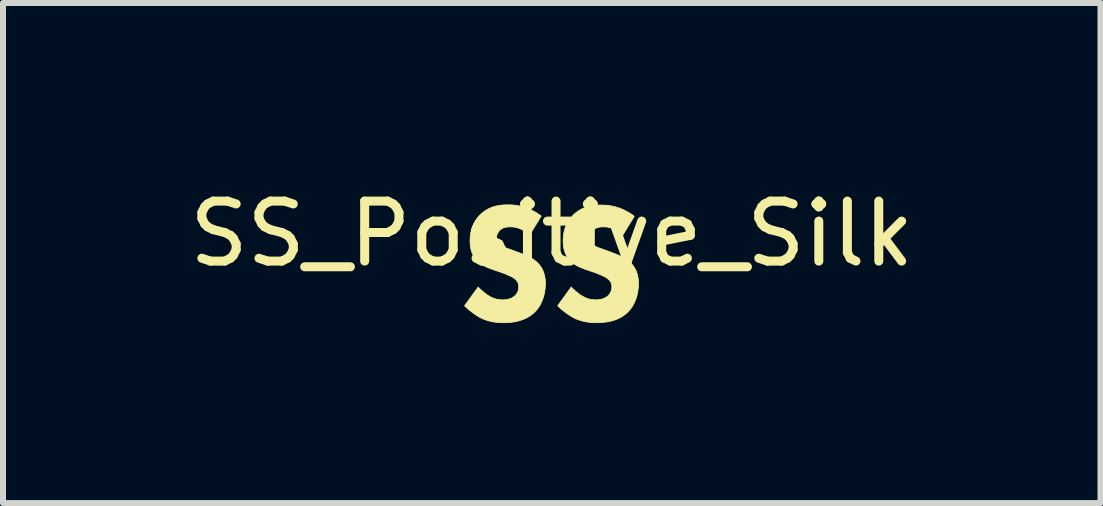
<source format=kicad_pcb>
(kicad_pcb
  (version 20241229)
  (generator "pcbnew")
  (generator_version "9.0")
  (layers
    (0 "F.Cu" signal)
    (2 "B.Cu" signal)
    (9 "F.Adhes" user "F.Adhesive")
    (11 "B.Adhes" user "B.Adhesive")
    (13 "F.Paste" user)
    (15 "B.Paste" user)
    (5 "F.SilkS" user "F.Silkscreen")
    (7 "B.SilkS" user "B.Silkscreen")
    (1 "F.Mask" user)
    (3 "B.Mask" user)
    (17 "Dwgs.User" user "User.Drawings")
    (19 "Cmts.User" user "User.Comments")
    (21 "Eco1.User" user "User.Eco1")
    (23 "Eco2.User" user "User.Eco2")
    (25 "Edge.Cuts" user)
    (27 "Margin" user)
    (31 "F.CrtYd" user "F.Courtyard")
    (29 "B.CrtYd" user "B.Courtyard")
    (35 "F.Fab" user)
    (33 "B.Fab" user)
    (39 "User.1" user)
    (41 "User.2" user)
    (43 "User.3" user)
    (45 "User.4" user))
  (footprint "SS_Positive_Silk"
    (layer "F.Cu")
    (at 6.149 1.348)
    (property "Reference" "SS_Positive_Silk" (at 0 -0.5 0) (unlocked yes) (layer "F.SilkS") (effects (font (size 1 1) (thickness 0.15))))
    (fp_poly (pts (xy -0.681 -0.982) (xy -0.653 -0.98) (xy -0.622 -0.977) (xy -0.591 -0.973) (xy -0.558 -0.968) (xy -0.524 -0.961) (xy -0.488 -0.952) (xy -0.452 -0.941) (xy -0.415 -0.928) (xy -0.376 -0.913) (xy -0.337 -0.895) (xy -0.298 -0.875) (xy -0.258 -0.852) (xy -0.217 -0.825) (xy -0.176 -0.796) (xy -0.37 -0.479) (xy -0.37 -0.482) (xy -0.397 -0.504) (xy -0.422 -0.524) (xy -0.447 -0.542) (xy -0.472 -0.557) (xy -0.495 -0.569) (xy -0.518 -0.58) (xy -0.54 -0.589) (xy -0.561 -0.597) (xy -0.581 -0.603) (xy -0.6 -0.607) (xy -0.618 -0.611) (xy -0.634 -0.613) (xy -0.65 -0.615) (xy -0.664 -0.616) (xy -0.688 -0.616) (xy -0.711 -0.616) (xy -0.723 -0.615) (xy -0.735 -0.614) (xy -0.747 -0.613) (xy -0.759 -0.611) (xy -0.772 -0.609) (xy -0.784 -0.606) (xy -0.796 -0.602) (xy -0.808 -0.598) (xy -0.819 -0.592) (xy -0.83 -0.586) (xy -0.841 -0.579) (xy -0.852 -0.572) (xy -0.857 -0.567) (xy -0.862 -0.563) (xy -0.867 -0.558) (xy -0.871 -0.553) (xy -0.877 -0.547) (xy -0.882 -0.541) (xy -0.886 -0.535) (xy -0.891 -0.529) (xy -0.895 -0.522) (xy -0.899 -0.515) (xy -0.903 -0.508) (xy -0.907 -0.501) (xy -0.91 -0.493) (xy -0.913 -0.485) (xy -0.915 -0.477) (xy -0.917 -0.468) (xy -0.919 -0.46) (xy -0.92 -0.451) (xy -0.921 -0.442) (xy -0.921 -0.433) (xy -0.921 -0.424) (xy -0.92 -0.416) (xy -0.919 -0.408) (xy -0.918 -0.401) (xy -0.917 -0.393) (xy -0.915 -0.386) (xy -0.913 -0.38) (xy -0.91 -0.373) (xy -0.907 -0.367) (xy -0.904 -0.361) (xy -0.901 -0.355) (xy -0.897 -0.349) (xy -0.893 -0.343) (xy -0.888 -0.338) (xy -0.884 -0.332) (xy -0.878 -0.327) (xy -0.87 -0.319) (xy -0.86 -0.312) (xy -0.851 -0.305) (xy -0.84 -0.299) (xy -0.829 -0.293) (xy -0.817 -0.287) (xy -0.804 -0.281) (xy -0.791 -0.275) (xy -0.776 -0.269) (xy -0.761 -0.263) (xy -0.726 -0.251) (xy -0.642 -0.221) (xy -0.501 -0.168) (xy -0.47 -0.156) (xy -0.437 -0.142) (xy -0.403 -0.127) (xy -0.387 -0.119) (xy -0.37 -0.11) (xy -0.353 -0.101) (xy -0.336 -0.092) (xy -0.32 -0.082) (xy -0.304 -0.071) (xy -0.288 -0.06) (xy -0.273 -0.049) (xy -0.258 -0.036) (xy -0.243 -0.023) (xy -0.224 -0.003) (xy -0.206 0.017) (xy -0.19 0.039) (xy -0.176 0.06) (xy -0.163 0.082) (xy -0.152 0.105) (xy -0.142 0.127) (xy -0.134 0.15) (xy -0.127 0.173) (xy -0.121 0.195) (xy -0.116 0.218) (xy -0.112 0.24) (xy -0.109 0.262) (xy -0.107 0.284) (xy -0.106 0.305) (xy -0.106 0.326) (xy -0.107 0.362) (xy -0.109 0.397) (xy -0.113 0.432) (xy -0.118 0.466) (xy -0.124 0.499) (xy -0.132 0.531) (xy -0.141 0.563) (xy -0.152 0.593) (xy -0.163 0.622) (xy -0.176 0.65) (xy -0.189 0.677) (xy -0.204 0.703) (xy -0.22 0.727) (xy -0.236 0.75) (xy -0.254 0.772) (xy -0.272 0.791) (xy -0.287 0.808) (xy -0.304 0.823) (xy -0.32 0.837) (xy -0.337 0.85) (xy -0.354 0.863) (xy -0.372 0.875) (xy -0.408 0.896) (xy -0.444 0.914) (xy -0.481 0.929) (xy -0.517 0.942) (xy -0.554 0.953) (xy -0.59 0.961) (xy -0.625 0.968) (xy -0.66 0.973) (xy -0.692 0.977) (xy -0.724 0.98) (xy -0.753 0.981) (xy -0.804 0.982) (xy -0.829 0.982) (xy -0.854 0.981) (xy -0.878 0.98) (xy -0.903 0.978) (xy -0.926 0.975) (xy -0.95 0.972) (xy -0.973 0.969) (xy -0.997 0.964) (xy -1.02 0.959) (xy -1.043 0.954) (xy -1.065 0.947) (xy -1.088 0.94) (xy -1.111 0.932) (xy -1.133 0.924) (xy -1.156 0.915) (xy -1.178 0.904) (xy -1.196 0.895) (xy -1.215 0.884) (xy -1.233 0.873) (xy -1.252 0.861) (xy -1.27 0.849) (xy -1.289 0.837) (xy -1.325 0.81) (xy -1.361 0.782) (xy -1.394 0.755) (xy -1.425 0.727) (xy -1.454 0.7) (xy -1.228 0.389) (xy -1.208 0.408) (xy -1.187 0.428) (xy -1.164 0.448) (xy -1.141 0.468) (xy -1.117 0.487) (xy -1.094 0.505) (xy -1.083 0.513) (xy -1.072 0.521) (xy -1.062 0.528) (xy -1.051 0.534) (xy -1.037 0.542) (xy -1.024 0.55) (xy -1.01 0.557) (xy -0.996 0.564) (xy -0.981 0.57) (xy -0.967 0.575) (xy -0.953 0.58) (xy -0.938 0.585) (xy -0.924 0.589) (xy -0.909 0.592) (xy -0.894 0.595) (xy -0.879 0.597) (xy -0.863 0.599) (xy -0.847 0.6) (xy -0.831 0.601) (xy -0.815 0.601) (xy -0.804 0.601) (xy -0.793 0.6) (xy -0.781 0.6) (xy -0.769 0.598) (xy -0.757 0.597) (xy -0.744 0.595) (xy -0.732 0.592) (xy -0.719 0.589) (xy -0.706 0.585) (xy -0.693 0.581) (xy -0.68 0.576) (xy -0.667 0.57) (xy -0.654 0.563) (xy -0.642 0.555) (xy -0.63 0.547) (xy -0.617 0.537) (xy -0.611 0.531) (xy -0.604 0.525) (xy -0.598 0.518) (xy -0.592 0.51) (xy -0.586 0.502) (xy -0.581 0.494) (xy -0.576 0.485) (xy -0.571 0.476) (xy -0.566 0.467) (xy -0.562 0.456) (xy -0.559 0.446) (xy -0.557 0.44) (xy -0.556 0.435) (xy -0.555 0.429) (xy -0.554 0.423) (xy -0.553 0.417) (xy -0.552 0.411) (xy -0.551 0.405) (xy -0.551 0.399) (xy -0.551 0.392) (xy -0.55 0.386) (xy -0.551 0.374) (xy -0.552 0.363) (xy -0.553 0.353) (xy -0.555 0.343) (xy -0.557 0.333) (xy -0.56 0.324) (xy -0.564 0.315) (xy -0.568 0.307) (xy -0.572 0.299) (xy -0.577 0.291) (xy -0.582 0.284) (xy -0.588 0.277) (xy -0.594 0.27) (xy -0.6 0.264) (xy -0.607 0.258) (xy -0.614 0.252) (xy -0.624 0.244) (xy -0.635 0.236) (xy -0.648 0.228) (xy -0.661 0.22) (xy -0.676 0.213) (xy -0.691 0.205) (xy -0.722 0.191) (xy -0.753 0.178) (xy -0.783 0.165) (xy -0.833 0.146) (xy -0.988 0.093) (xy -1.022 0.081) (xy -1.056 0.067) (xy -1.091 0.053) (xy -1.108 0.045) (xy -1.125 0.036) (xy -1.142 0.027) (xy -1.159 0.017) (xy -1.175 0.007) (xy -1.191 -0.004) (xy -1.206 -0.015) (xy -1.221 -0.028) (xy -1.235 -0.041) (xy -1.249 -0.055) (xy -1.266 -0.075) (xy -1.282 -0.096) (xy -1.296 -0.117) (xy -1.308 -0.138) (xy -1.319 -0.16) (xy -1.328 -0.181) (xy -1.336 -0.203) (xy -1.342 -0.225) (xy -1.348 -0.246) (xy -1.352 -0.267) (xy -1.356 -0.288) (xy -1.358 -0.308) (xy -1.36 -0.328) (xy -1.361 -0.347) (xy -1.362 -0.383) (xy -1.361 -0.415) (xy -1.359 -0.445) (xy -1.357 -0.476) (xy -1.352 -0.505) (xy -1.347 -0.534) (xy -1.34 -0.562) (xy -1.332 -0.59) (xy -1.323 -0.617) (xy -1.312 -0.643) (xy -1.3 -0.669) (xy -1.287 -0.694) (xy -1.273 -0.718) (xy -1.256 -0.742) (xy -1.239 -0.765) (xy -1.22 -0.788) (xy -1.2 -0.81) (xy -1.174 -0.834) (xy -1.148 -0.856) (xy -1.122 -0.876) (xy -1.095 -0.894) (xy -1.068 -0.91) (xy -1.04 -0.924) (xy -1.011 -0.936) (xy -0.983 -0.947) (xy -0.953 -0.956) (xy -0.923 -0.964) (xy -0.893 -0.97) (xy -0.862 -0.975) (xy -0.831 -0.979) (xy -0.799 -0.981) (xy -0.767 -0.983) (xy -0.734 -0.983)) (stroke (width 0.013) (type solid)) (fill yes) (layer "F.SilkS"))
    (fp_poly (pts (xy 0.871 -0.978) (xy 0.9 -0.976) (xy 0.93 -0.974) (xy 0.961 -0.97) (xy 0.994 -0.964) (xy 1.029 -0.957) (xy 1.064 -0.948) (xy 1.1 -0.937) (xy 1.138 -0.925) (xy 1.176 -0.909) (xy 1.215 -0.892) (xy 1.254 -0.871) (xy 1.294 -0.848) (xy 1.335 -0.822) (xy 1.376 -0.792) (xy 1.182 -0.475) (xy 1.182 -0.482) (xy 1.156 -0.504) (xy 1.13 -0.524) (xy 1.105 -0.542) (xy 1.081 -0.557) (xy 1.057 -0.569) (xy 1.034 -0.58) (xy 1.012 -0.589) (xy 0.991 -0.597) (xy 0.971 -0.603) (xy 0.952 -0.607) (xy 0.934 -0.611) (xy 0.918 -0.613) (xy 0.902 -0.615) (xy 0.888 -0.616) (xy 0.864 -0.616) (xy 0.841 -0.616) (xy 0.829 -0.615) (xy 0.817 -0.614) (xy 0.805 -0.613) (xy 0.793 -0.611) (xy 0.781 -0.609) (xy 0.769 -0.606) (xy 0.757 -0.602) (xy 0.745 -0.598) (xy 0.733 -0.592) (xy 0.722 -0.586) (xy 0.711 -0.579) (xy 0.7 -0.572) (xy 0.695 -0.567) (xy 0.69 -0.563) (xy 0.685 -0.558) (xy 0.681 -0.553) (xy 0.676 -0.547) (xy 0.671 -0.541) (xy 0.666 -0.535) (xy 0.661 -0.529) (xy 0.657 -0.522) (xy 0.653 -0.515) (xy 0.649 -0.508) (xy 0.645 -0.501) (xy 0.642 -0.493) (xy 0.64 -0.485) (xy 0.637 -0.477) (xy 0.635 -0.468) (xy 0.634 -0.46) (xy 0.632 -0.451) (xy 0.632 -0.442) (xy 0.631 -0.433) (xy 0.632 -0.424) (xy 0.632 -0.416) (xy 0.633 -0.408) (xy 0.634 -0.401) (xy 0.636 -0.393) (xy 0.637 -0.386) (xy 0.639 -0.38) (xy 0.642 -0.373) (xy 0.645 -0.367) (xy 0.648 -0.361) (xy 0.651 -0.355) (xy 0.655 -0.349) (xy 0.659 -0.343) (xy 0.664 -0.338) (xy 0.669 -0.332) (xy 0.674 -0.327) (xy 0.683 -0.319) (xy 0.692 -0.312) (xy 0.702 -0.305) (xy 0.712 -0.299) (xy 0.723 -0.293) (xy 0.735 -0.287) (xy 0.748 -0.281) (xy 0.761 -0.275) (xy 0.776 -0.269) (xy 0.792 -0.263) (xy 0.826 -0.251) (xy 0.91 -0.221) (xy 1.051 -0.168) (xy 1.083 -0.156) (xy 1.115 -0.142) (xy 1.149 -0.127) (xy 1.166 -0.119) (xy 1.183 -0.11) (xy 1.199 -0.101) (xy 1.216 -0.092) (xy 1.233 -0.082) (xy 1.249 -0.071) (xy 1.264 -0.06) (xy 1.28 -0.049) (xy 1.295 -0.036) (xy 1.309 -0.023) (xy 1.328 -0.003) (xy 1.346 0.017) (xy 1.362 0.039) (xy 1.376 0.06) (xy 1.389 0.082) (xy 1.4 0.105) (xy 1.41 0.127) (xy 1.419 0.15) (xy 1.426 0.173) (xy 1.432 0.195) (xy 1.436 0.218) (xy 1.44 0.24) (xy 1.443 0.262) (xy 1.445 0.284) (xy 1.446 0.305) (xy 1.446 0.326) (xy 1.446 0.362) (xy 1.443 0.397) (xy 1.439 0.432) (xy 1.434 0.466) (xy 1.428 0.499) (xy 1.42 0.531) (xy 1.411 0.563) (xy 1.4 0.593) (xy 1.389 0.622) (xy 1.376 0.65) (xy 1.363 0.677) (xy 1.348 0.703) (xy 1.332 0.727) (xy 1.316 0.75) (xy 1.299 0.772) (xy 1.28 0.791) (xy 1.265 0.808) (xy 1.249 0.823) (xy 1.232 0.837) (xy 1.215 0.85) (xy 1.198 0.863) (xy 1.18 0.875) (xy 1.145 0.896) (xy 1.108 0.914) (xy 1.072 0.929) (xy 1.035 0.942) (xy 0.998 0.953) (xy 0.962 0.961) (xy 0.927 0.968) (xy 0.893 0.973) (xy 0.86 0.977) (xy 0.829 0.98) (xy 0.799 0.981) (xy 0.748 0.982) (xy 0.723 0.982) (xy 0.698 0.981) (xy 0.674 0.98) (xy 0.65 0.978) (xy 0.626 0.975) (xy 0.602 0.972) (xy 0.579 0.969) (xy 0.556 0.964) (xy 0.532 0.959) (xy 0.51 0.954) (xy 0.487 0.947) (xy 0.464 0.94) (xy 0.441 0.932) (xy 0.419 0.924) (xy 0.396 0.915) (xy 0.374 0.904) (xy 0.356 0.895) (xy 0.338 0.884) (xy 0.319 0.873) (xy 0.301 0.861) (xy 0.282 0.849) (xy 0.264 0.837) (xy 0.227 0.81) (xy 0.192 0.782) (xy 0.158 0.755) (xy 0.127 0.727) (xy 0.099 0.7) (xy 0.324 0.389) (xy 0.344 0.408) (xy 0.365 0.428) (xy 0.388 0.448) (xy 0.411 0.468) (xy 0.435 0.487) (xy 0.458 0.505) (xy 0.469 0.513) (xy 0.48 0.521) (xy 0.491 0.528) (xy 0.501 0.534) (xy 0.515 0.542) (xy 0.529 0.55) (xy 0.543 0.557) (xy 0.557 0.564) (xy 0.571 0.57) (xy 0.585 0.575) (xy 0.599 0.58) (xy 0.614 0.585) (xy 0.628 0.589) (xy 0.643 0.592) (xy 0.658 0.595) (xy 0.674 0.597) (xy 0.689 0.599) (xy 0.705 0.6) (xy 0.721 0.601) (xy 0.737 0.601) (xy 0.748 0.601) (xy 0.759 0.6) (xy 0.771 0.6) (xy 0.783 0.598) (xy 0.795 0.597) (xy 0.808 0.595) (xy 0.821 0.592) (xy 0.833 0.589) (xy 0.846 0.585) (xy 0.859 0.581) (xy 0.872 0.576) (xy 0.885 0.57) (xy 0.898 0.563) (xy 0.91 0.555) (xy 0.923 0.547) (xy 0.935 0.537) (xy 0.941 0.531) (xy 0.948 0.525) (xy 0.954 0.518) (xy 0.96 0.51) (xy 0.966 0.502) (xy 0.971 0.494) (xy 0.977 0.485) (xy 0.982 0.476) (xy 0.986 0.467) (xy 0.99 0.456) (xy 0.993 0.446) (xy 0.995 0.44) (xy 0.996 0.435) (xy 0.998 0.429) (xy 0.999 0.423) (xy 1 0.417) (xy 1 0.411) (xy 1.001 0.405) (xy 1.001 0.399) (xy 1.002 0.392) (xy 1.002 0.386) (xy 1.002 0.374) (xy 1.001 0.363) (xy 0.999 0.353) (xy 0.997 0.343) (xy 0.995 0.333) (xy 0.992 0.324) (xy 0.989 0.315) (xy 0.985 0.307) (xy 0.98 0.299) (xy 0.975 0.291) (xy 0.97 0.284) (xy 0.965 0.277) (xy 0.959 0.27) (xy 0.952 0.264) (xy 0.945 0.258) (xy 0.938 0.252) (xy 0.928 0.244) (xy 0.917 0.236) (xy 0.904 0.228) (xy 0.891 0.22) (xy 0.876 0.213) (xy 0.861 0.205) (xy 0.83 0.191) (xy 0.799 0.178) (xy 0.769 0.165) (xy 0.72 0.146) (xy 0.564 0.093) (xy 0.531 0.081) (xy 0.496 0.067) (xy 0.462 0.053) (xy 0.444 0.045) (xy 0.427 0.036) (xy 0.41 0.027) (xy 0.394 0.017) (xy 0.377 0.007) (xy 0.361 -0.004) (xy 0.346 -0.015) (xy 0.331 -0.028) (xy 0.317 -0.041) (xy 0.303 -0.055) (xy 0.286 -0.075) (xy 0.27 -0.096) (xy 0.256 -0.117) (xy 0.244 -0.138) (xy 0.233 -0.16) (xy 0.224 -0.181) (xy 0.216 -0.203) (xy 0.21 -0.225) (xy 0.204 -0.246) (xy 0.2 -0.267) (xy 0.197 -0.288) (xy 0.194 -0.308) (xy 0.192 -0.328) (xy 0.191 -0.347) (xy 0.19 -0.383) (xy 0.191 -0.414) (xy 0.193 -0.444) (xy 0.196 -0.474) (xy 0.2 -0.503) (xy 0.205 -0.531) (xy 0.212 -0.559) (xy 0.22 -0.587) (xy 0.229 -0.613) (xy 0.24 -0.64) (xy 0.252 -0.665) (xy 0.265 -0.69) (xy 0.28 -0.715) (xy 0.296 -0.739) (xy 0.313 -0.762) (xy 0.332 -0.784) (xy 0.353 -0.807) (xy 0.378 -0.831) (xy 0.404 -0.853) (xy 0.43 -0.872) (xy 0.457 -0.89) (xy 0.485 -0.906) (xy 0.512 -0.92) (xy 0.541 -0.933) (xy 0.57 -0.943) (xy 0.599 -0.952) (xy 0.629 -0.96) (xy 0.659 -0.966) (xy 0.69 -0.971) (xy 0.721 -0.975) (xy 0.753 -0.978) (xy 0.786 -0.979) (xy 0.818 -0.979)) (stroke (width 0.013) (type solid)) (fill yes) (layer "F.SilkS")))
  (gr_rect
    (start -3 -3)
    (end 15.298 5.337)
    (stroke (width 0.1) (type default))
    (fill no)
    (layer "Edge.Cuts")))
</source>
